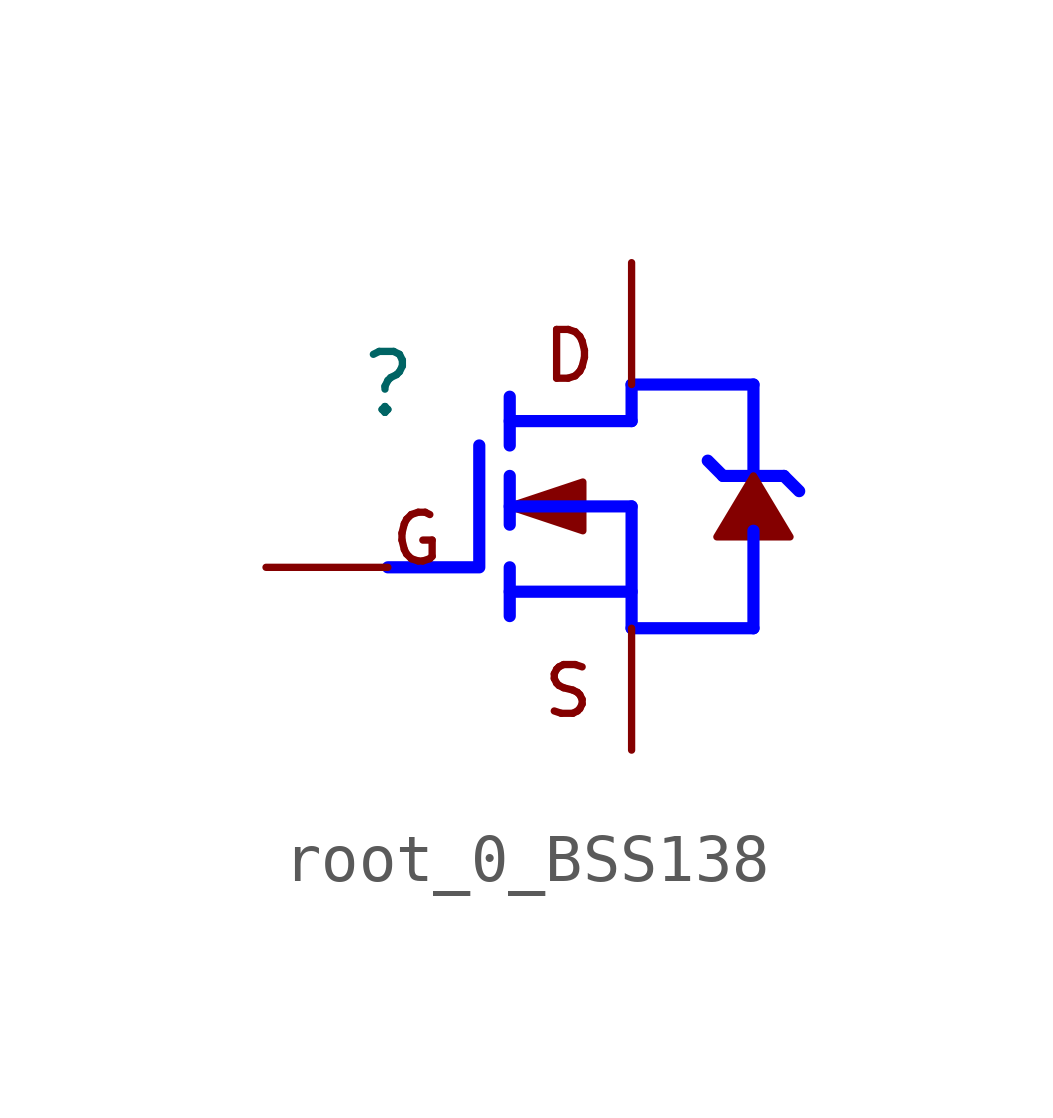
<source format=kicad_sym>
(kicad_symbol_lib
  (version 20220914)
  (generator kicad_symbol_editor)
  (symbol "root_0_BSS138"
    (property "Reference" ""
      (at 0 0 0)
      (effects (font (size 1.27 1.27))))
    (property "Value" ""
      (at 0 0 0)
      (effects (font (size 1.27 1.27))))
    (symbol "root_0_BSS138_1_0"
      (polyline (pts (xy 2.54 -4.826) (xy 2.54 -3.81)) (stroke (width 0.254) (type solid) (color 0 0 255 1)) (fill (type none)))
      (polyline (pts (xy 2.54 -2.921) (xy 2.54 -1.905)) (stroke (width 0.254) (type solid) (color 0 0 255 1)) (fill (type none)))
      (polyline (pts (xy 2.54 -1.27) (xy 2.54 -0.254)) (stroke (width 0.254) (type solid) (color 0 0 255 1)) (fill (type none)))
      (polyline (pts (xy 5.08 -5.08) (xy 7.62 -5.08)) (stroke (width 0.254) (type solid) (color 0 0 255 1)) (fill (type none)))
      (polyline (pts (xy 5.08 -4.318) (xy 2.54 -4.318)) (stroke (width 0.254) (type solid) (color 0 0 255 1)) (fill (type none)))
      (polyline (pts (xy 5.08 -2.54) (xy 2.54 -2.54)) (stroke (width 0.254) (type solid) (color 0 0 255 1)) (fill (type none)))
      (polyline (pts (xy 5.08 -2.54) (xy 5.08 -5.08)) (stroke (width 0.254) (type solid) (color 0 0 255 1)) (fill (type none)))
      (polyline (pts (xy 5.08 -0.762) (xy 2.54 -0.762)) (stroke (width 0.254) (type solid) (color 0 0 255 1)) (fill (type none)))
      (polyline (pts (xy 5.08 -0.762) (xy 5.08 0)) (stroke (width 0.254) (type solid) (color 0 0 255 1)) (fill (type none)))
      (polyline (pts (xy 5.08 0) (xy 7.62 0)) (stroke (width 0.254) (type solid) (color 0 0 255 1)) (fill (type none)))
      (polyline (pts (xy 6.985 -1.905) (xy 6.668 -1.587)) (stroke (width 0.254) (type solid) (color 0 0 255 1)) (fill (type none)))
      (polyline (pts (xy 6.985 -1.905) (xy 8.255 -1.905)) (stroke (width 0.254) (type solid) (color 0 0 255 1)) (fill (type none)))
      (polyline (pts (xy 7.62 -5.08) (xy 7.62 -3.048)) (stroke (width 0.254) (type solid) (color 0 0 255 1)) (fill (type none)))
      (polyline (pts (xy 7.62 0) (xy 7.62 -1.778)) (stroke (width 0.254) (type solid) (color 0 0 255 1)) (fill (type none)))
      (polyline (pts (xy 8.255 -1.905) (xy 8.573 -2.222)) (stroke (width 0.254) (type solid) (color 0 0 255 1)) (fill (type none)))
      (polyline (pts (xy 0 -3.81) (xy 1.905 -3.81) (xy 1.905 -1.27)) (stroke (width 0.254) (type solid) (color 0 0 255 1)) (fill (type none)))
      (polyline (pts (xy 2.54 -2.54) (xy 4.064 -3.048) (xy 4.064 -2.032) (xy 2.54 -2.54)) (stroke (width 0) (type solid)) (fill (type outline)))
      (polyline (pts (xy 7.62 -1.905) (xy 8.382 -3.175) (xy 6.858 -3.175) (xy 7.62 -1.905)) (stroke (width 0) (type solid)) (fill (type outline)))
      (text "D" (at 3.175 0 0) (effects (font (size 1.016 1.016)) (justify left bottom)))
      (text "G" (at 0 -3.81 0) (effects (font (size 1.016 1.016)) (justify left bottom)))
      (text "S" (at 3.175 -6.985 0) (effects (font (size 1.016 1.016)) (justify left bottom)))
      (pin passive line (at -2.54 -3.81 0) (length 2.54) (name "G" (effects (font (size 0 0)))) (number "1" (effects (font (size 0 0)))))
      (pin passive line (at 5.08 -7.62 90) (length 2.54) (name "S" (effects (font (size 0 0)))) (number "2" (effects (font (size 0 0)))))
      (pin passive line (at 5.08 2.54 270) (length 2.54) (name "D" (effects (font (size 0 0)))) (number "3" (effects (font (size 0 0))))))))
</source>
